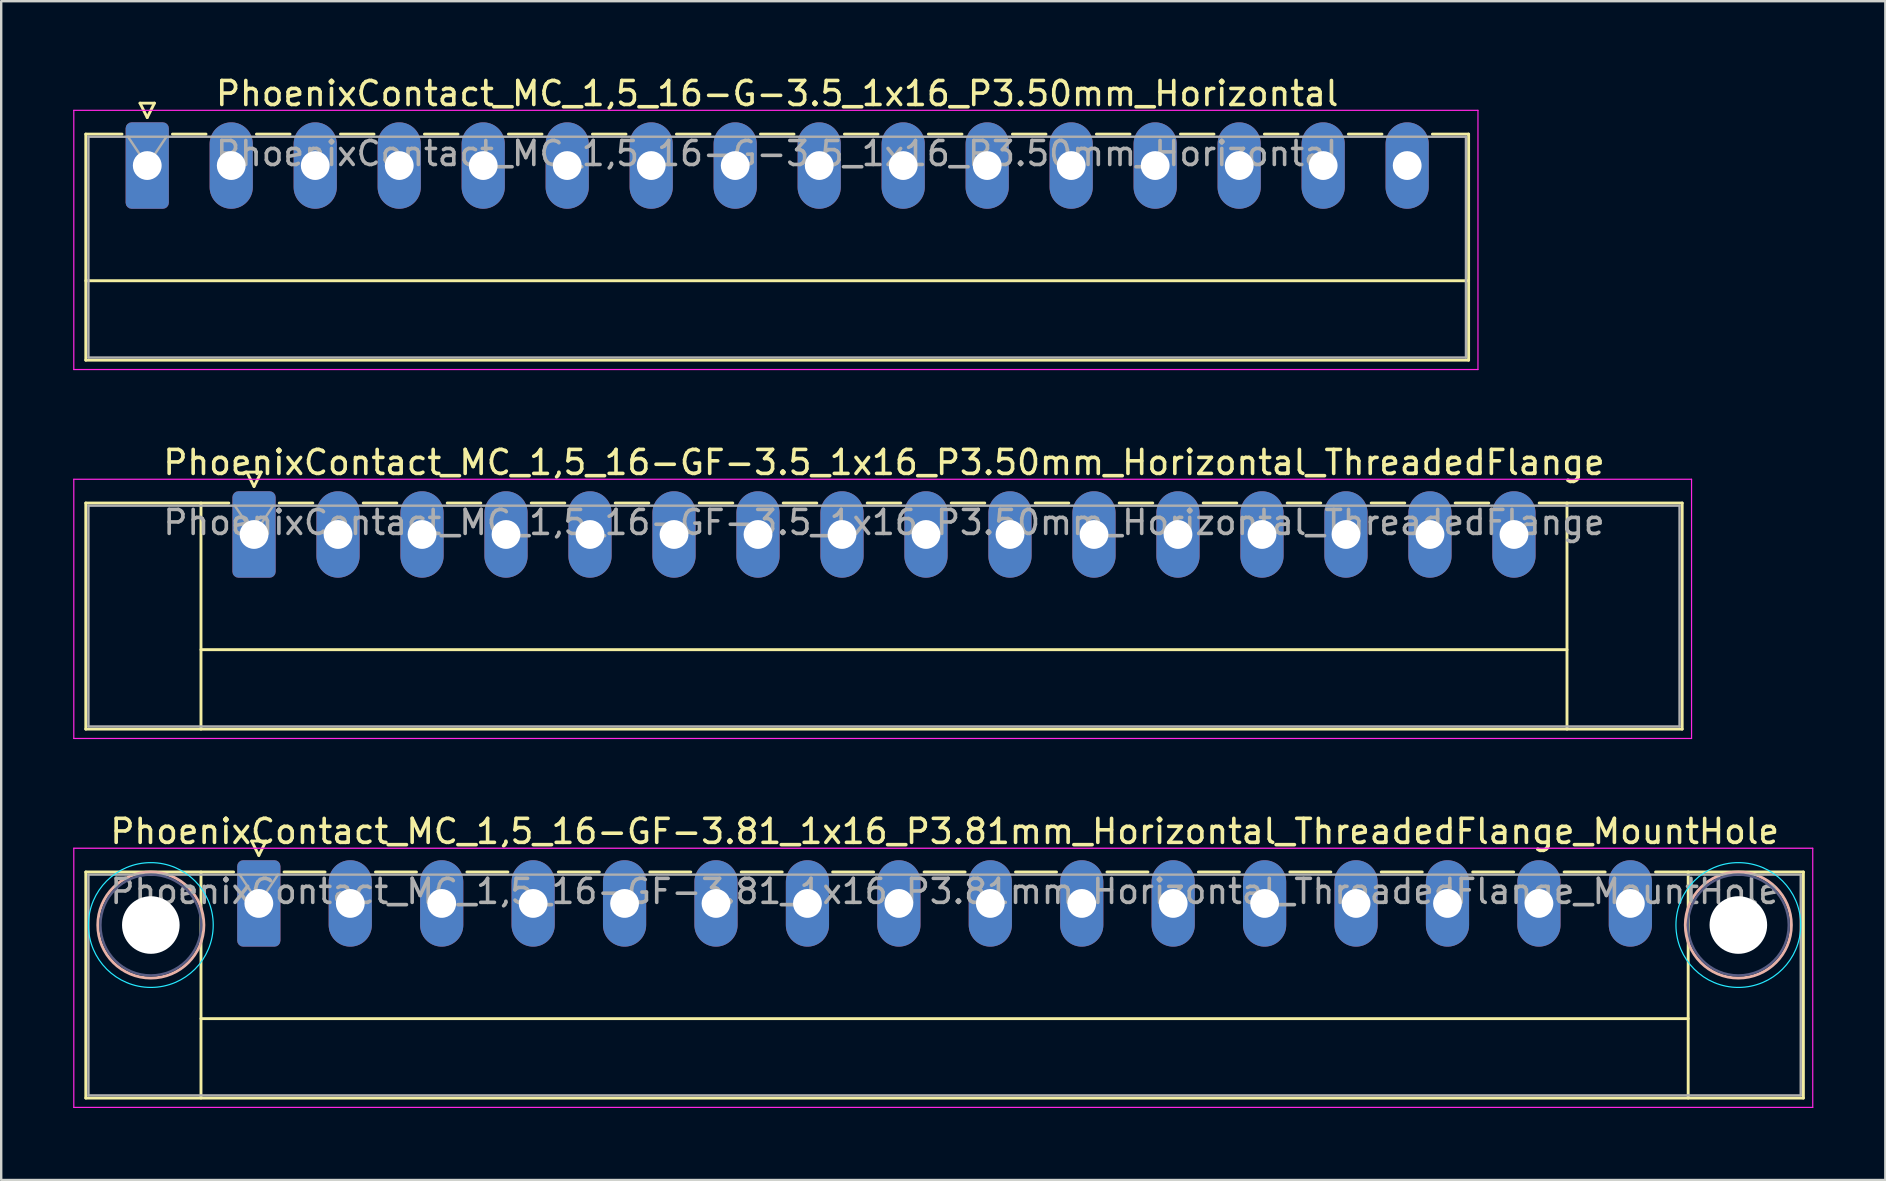
<source format=kicad_pcb>
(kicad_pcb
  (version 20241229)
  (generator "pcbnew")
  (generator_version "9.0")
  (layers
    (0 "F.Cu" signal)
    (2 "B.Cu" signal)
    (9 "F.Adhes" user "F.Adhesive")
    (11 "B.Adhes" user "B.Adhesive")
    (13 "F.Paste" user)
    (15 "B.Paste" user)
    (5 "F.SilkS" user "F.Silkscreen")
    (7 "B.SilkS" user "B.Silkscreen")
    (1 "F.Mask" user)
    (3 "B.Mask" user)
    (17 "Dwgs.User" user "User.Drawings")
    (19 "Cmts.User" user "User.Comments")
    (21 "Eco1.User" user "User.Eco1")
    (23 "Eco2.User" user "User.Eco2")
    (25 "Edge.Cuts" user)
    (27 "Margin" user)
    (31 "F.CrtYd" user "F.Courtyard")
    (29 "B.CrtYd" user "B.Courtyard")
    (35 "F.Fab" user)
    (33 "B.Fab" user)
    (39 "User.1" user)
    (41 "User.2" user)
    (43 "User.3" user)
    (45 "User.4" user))
  (footprint "PhoenixContact_MC_1,5_16-GF-3.5_1x16_P3.50mm_Horizontal_ThreadedFlange"
    (layer "F.Cu")
    (at 7.535 19.221)
    (property "Reference" "PhoenixContact_MC_1,5_16-GF-3.5_1x16_P3.50mm_Horizontal_ThreadedFlange" (at 26.25 -3 0) (layer "F.SilkS") (effects (font (size 1 1) (thickness 0.15))))
    (attr through_hole)
    (fp_line (start -7.01 -1.31) (end -7.01 8.11) (stroke (width 0.12) (type solid)) (layer "F.SilkS"))
    (fp_line (start -7.01 -1.31) (end -1.05 -1.31) (stroke (width 0.12) (type solid)) (layer "F.SilkS"))
    (fp_line (start -7.01 8.11) (end 59.51 8.11) (stroke (width 0.12) (type solid)) (layer "F.SilkS"))
    (fp_line (start -2.21 -1.31) (end -2.21 8.11) (stroke (width 0.12) (type solid)) (layer "F.SilkS"))
    (fp_line (start -2.21 4.8) (end 54.71 4.8) (stroke (width 0.12) (type solid)) (layer "F.SilkS"))
    (fp_line (start -0.3 -2.6) (end 0.3 -2.6) (stroke (width 0.12) (type solid)) (layer "F.SilkS"))
    (fp_line (start 0 -2) (end -0.3 -2.6) (stroke (width 0.12) (type solid)) (layer "F.SilkS"))
    (fp_line (start 0.3 -2.6) (end 0 -2) (stroke (width 0.12) (type solid)) (layer "F.SilkS"))
    (fp_line (start 1.05 -1.31) (end 2.45 -1.31) (stroke (width 0.12) (type solid)) (layer "F.SilkS"))
    (fp_line (start 4.55 -1.31) (end 5.95 -1.31) (stroke (width 0.12) (type solid)) (layer "F.SilkS"))
    (fp_line (start 8.05 -1.31) (end 9.45 -1.31) (stroke (width 0.12) (type solid)) (layer "F.SilkS"))
    (fp_line (start 11.55 -1.31) (end 12.95 -1.31) (stroke (width 0.12) (type solid)) (layer "F.SilkS"))
    (fp_line (start 15.05 -1.31) (end 16.45 -1.31) (stroke (width 0.12) (type solid)) (layer "F.SilkS"))
    (fp_line (start 18.55 -1.31) (end 19.95 -1.31) (stroke (width 0.12) (type solid)) (layer "F.SilkS"))
    (fp_line (start 22.05 -1.31) (end 23.45 -1.31) (stroke (width 0.12) (type solid)) (layer "F.SilkS"))
    (fp_line (start 25.55 -1.31) (end 26.95 -1.31) (stroke (width 0.12) (type solid)) (layer "F.SilkS"))
    (fp_line (start 29.05 -1.31) (end 30.45 -1.31) (stroke (width 0.12) (type solid)) (layer "F.SilkS"))
    (fp_line (start 32.55 -1.31) (end 33.95 -1.31) (stroke (width 0.12) (type solid)) (layer "F.SilkS"))
    (fp_line (start 36.05 -1.31) (end 37.45 -1.31) (stroke (width 0.12) (type solid)) (layer "F.SilkS"))
    (fp_line (start 39.55 -1.31) (end 40.95 -1.31) (stroke (width 0.12) (type solid)) (layer "F.SilkS"))
    (fp_line (start 43.05 -1.31) (end 44.45 -1.31) (stroke (width 0.12) (type solid)) (layer "F.SilkS"))
    (fp_line (start 46.55 -1.31) (end 47.95 -1.31) (stroke (width 0.12) (type solid)) (layer "F.SilkS"))
    (fp_line (start 50.05 -1.31) (end 51.45 -1.31) (stroke (width 0.12) (type solid)) (layer "F.SilkS"))
    (fp_line (start 54.71 -1.31) (end 54.71 8.11) (stroke (width 0.12) (type solid)) (layer "F.SilkS"))
    (fp_line (start 59.51 -1.31) (end 53.55 -1.31) (stroke (width 0.12) (type solid)) (layer "F.SilkS"))
    (fp_line (start 59.51 8.11) (end 59.51 -1.31) (stroke (width 0.12) (type solid)) (layer "F.SilkS"))
    (fp_line (start -7.51 -2.3) (end -7.51 8.5) (stroke (width 0.05) (type solid)) (layer "F.CrtYd"))
    (fp_line (start -7.51 8.5) (end 59.9 8.5) (stroke (width 0.05) (type solid)) (layer "F.CrtYd"))
    (fp_line (start 59.9 -2.3) (end -7.51 -2.3) (stroke (width 0.05) (type solid)) (layer "F.CrtYd"))
    (fp_line (start 59.9 8.5) (end 59.9 -2.3) (stroke (width 0.05) (type solid)) (layer "F.CrtYd"))
    (fp_line (start -6.9 -1.2) (end -6.9 8) (stroke (width 0.1) (type solid)) (layer "F.Fab"))
    (fp_line (start -6.9 8) (end 59.4 8) (stroke (width 0.1) (type solid)) (layer "F.Fab"))
    (fp_line (start 0 0) (end -0.8 -1.2) (stroke (width 0.1) (type solid)) (layer "F.Fab"))
    (fp_line (start 0.8 -1.2) (end 0 0) (stroke (width 0.1) (type solid)) (layer "F.Fab"))
    (fp_line (start 59.4 -1.2) (end -6.9 -1.2) (stroke (width 0.1) (type solid)) (layer "F.Fab"))
    (fp_line (start 59.4 8) (end 59.4 -1.2) (stroke (width 0.1) (type solid)) (layer "F.Fab"))
    (fp_text user "${REFERENCE}" (at 26.25 -0.5 0) (layer "F.Fab") (effects (font (size 1 1) (thickness 0.15))))
    (pad "1" thru_hole roundrect (at 0 0) (size 1.8 3.6) (drill 1.2) (layers "*.Cu" "*.Mask") (roundrect_rratio 0.139))
    (pad "2" thru_hole oval (at 3.5 0) (size 1.8 3.6) (drill 1.2) (layers "*.Cu" "*.Mask"))
    (pad "3" thru_hole oval (at 7 0) (size 1.8 3.6) (drill 1.2) (layers "*.Cu" "*.Mask"))
    (pad "4" thru_hole oval (at 10.5 0) (size 1.8 3.6) (drill 1.2) (layers "*.Cu" "*.Mask"))
    (pad "5" thru_hole oval (at 14 0) (size 1.8 3.6) (drill 1.2) (layers "*.Cu" "*.Mask"))
    (pad "6" thru_hole oval (at 17.5 0) (size 1.8 3.6) (drill 1.2) (layers "*.Cu" "*.Mask"))
    (pad "7" thru_hole oval (at 21 0) (size 1.8 3.6) (drill 1.2) (layers "*.Cu" "*.Mask"))
    (pad "8" thru_hole oval (at 24.5 0) (size 1.8 3.6) (drill 1.2) (layers "*.Cu" "*.Mask"))
    (pad "9" thru_hole oval (at 28 0) (size 1.8 3.6) (drill 1.2) (layers "*.Cu" "*.Mask"))
    (pad "10" thru_hole oval (at 31.5 0) (size 1.8 3.6) (drill 1.2) (layers "*.Cu" "*.Mask"))
    (pad "11" thru_hole oval (at 35 0) (size 1.8 3.6) (drill 1.2) (layers "*.Cu" "*.Mask"))
    (pad "12" thru_hole oval (at 38.5 0) (size 1.8 3.6) (drill 1.2) (layers "*.Cu" "*.Mask"))
    (pad "13" thru_hole oval (at 42 0) (size 1.8 3.6) (drill 1.2) (layers "*.Cu" "*.Mask"))
    (pad "14" thru_hole oval (at 45.5 0) (size 1.8 3.6) (drill 1.2) (layers "*.Cu" "*.Mask"))
    (pad "15" thru_hole oval (at 49 0) (size 1.8 3.6) (drill 1.2) (layers "*.Cu" "*.Mask"))
    (pad "16" thru_hole oval (at 52.5 0) (size 1.8 3.6) (drill 1.2) (layers "*.Cu" "*.Mask")))
  (footprint "PhoenixContact_MC_1,5_16-G-3.5_1x16_P3.50mm_Horizontal"
    (layer "F.Cu")
    (at 3.085 3.848)
    (property "Reference" "PhoenixContact_MC_1,5_16-G-3.5_1x16_P3.50mm_Horizontal" (at 26.25 -3 0) (layer "F.SilkS") (effects (font (size 1 1) (thickness 0.15))))
    (attr through_hole)
    (fp_line (start -2.56 -1.31) (end -2.56 8.11) (stroke (width 0.12) (type solid)) (layer "F.SilkS"))
    (fp_line (start -2.56 -1.31) (end -1.05 -1.31) (stroke (width 0.12) (type solid)) (layer "F.SilkS"))
    (fp_line (start -2.56 4.8) (end 55.06 4.8) (stroke (width 0.12) (type solid)) (layer "F.SilkS"))
    (fp_line (start -2.56 8.11) (end 55.06 8.11) (stroke (width 0.12) (type solid)) (layer "F.SilkS"))
    (fp_line (start -0.3 -2.6) (end 0.3 -2.6) (stroke (width 0.12) (type solid)) (layer "F.SilkS"))
    (fp_line (start 0 -2) (end -0.3 -2.6) (stroke (width 0.12) (type solid)) (layer "F.SilkS"))
    (fp_line (start 0.3 -2.6) (end 0 -2) (stroke (width 0.12) (type solid)) (layer "F.SilkS"))
    (fp_line (start 1.05 -1.31) (end 2.45 -1.31) (stroke (width 0.12) (type solid)) (layer "F.SilkS"))
    (fp_line (start 4.55 -1.31) (end 5.95 -1.31) (stroke (width 0.12) (type solid)) (layer "F.SilkS"))
    (fp_line (start 8.05 -1.31) (end 9.45 -1.31) (stroke (width 0.12) (type solid)) (layer "F.SilkS"))
    (fp_line (start 11.55 -1.31) (end 12.95 -1.31) (stroke (width 0.12) (type solid)) (layer "F.SilkS"))
    (fp_line (start 15.05 -1.31) (end 16.45 -1.31) (stroke (width 0.12) (type solid)) (layer "F.SilkS"))
    (fp_line (start 18.55 -1.31) (end 19.95 -1.31) (stroke (width 0.12) (type solid)) (layer "F.SilkS"))
    (fp_line (start 22.05 -1.31) (end 23.45 -1.31) (stroke (width 0.12) (type solid)) (layer "F.SilkS"))
    (fp_line (start 25.55 -1.31) (end 26.95 -1.31) (stroke (width 0.12) (type solid)) (layer "F.SilkS"))
    (fp_line (start 29.05 -1.31) (end 30.45 -1.31) (stroke (width 0.12) (type solid)) (layer "F.SilkS"))
    (fp_line (start 32.55 -1.31) (end 33.95 -1.31) (stroke (width 0.12) (type solid)) (layer "F.SilkS"))
    (fp_line (start 36.05 -1.31) (end 37.45 -1.31) (stroke (width 0.12) (type solid)) (layer "F.SilkS"))
    (fp_line (start 39.55 -1.31) (end 40.95 -1.31) (stroke (width 0.12) (type solid)) (layer "F.SilkS"))
    (fp_line (start 43.05 -1.31) (end 44.45 -1.31) (stroke (width 0.12) (type solid)) (layer "F.SilkS"))
    (fp_line (start 46.55 -1.31) (end 47.95 -1.31) (stroke (width 0.12) (type solid)) (layer "F.SilkS"))
    (fp_line (start 50.05 -1.31) (end 51.45 -1.31) (stroke (width 0.12) (type solid)) (layer "F.SilkS"))
    (fp_line (start 55.06 -1.31) (end 53.55 -1.31) (stroke (width 0.12) (type solid)) (layer "F.SilkS"))
    (fp_line (start 55.06 8.11) (end 55.06 -1.31) (stroke (width 0.12) (type solid)) (layer "F.SilkS"))
    (fp_line (start -3.06 -2.3) (end -3.06 8.5) (stroke (width 0.05) (type solid)) (layer "F.CrtYd"))
    (fp_line (start -3.06 8.5) (end 55.45 8.5) (stroke (width 0.05) (type solid)) (layer "F.CrtYd"))
    (fp_line (start 55.45 -2.3) (end -3.06 -2.3) (stroke (width 0.05) (type solid)) (layer "F.CrtYd"))
    (fp_line (start 55.45 8.5) (end 55.45 -2.3) (stroke (width 0.05) (type solid)) (layer "F.CrtYd"))
    (fp_line (start -2.45 -1.2) (end -2.45 8) (stroke (width 0.1) (type solid)) (layer "F.Fab"))
    (fp_line (start -2.45 8) (end 54.95 8) (stroke (width 0.1) (type solid)) (layer "F.Fab"))
    (fp_line (start 0 0) (end -0.8 -1.2) (stroke (width 0.1) (type solid)) (layer "F.Fab"))
    (fp_line (start 0.8 -1.2) (end 0 0) (stroke (width 0.1) (type solid)) (layer "F.Fab"))
    (fp_line (start 54.95 -1.2) (end -2.45 -1.2) (stroke (width 0.1) (type solid)) (layer "F.Fab"))
    (fp_line (start 54.95 8) (end 54.95 -1.2) (stroke (width 0.1) (type solid)) (layer "F.Fab"))
    (fp_text user "${REFERENCE}" (at 26.25 -0.5 0) (layer "F.Fab") (effects (font (size 1 1) (thickness 0.15))))
    (pad "1" thru_hole roundrect (at 0 0) (size 1.8 3.6) (drill 1.2) (layers "*.Cu" "*.Mask") (roundrect_rratio 0.139))
    (pad "2" thru_hole oval (at 3.5 0) (size 1.8 3.6) (drill 1.2) (layers "*.Cu" "*.Mask"))
    (pad "3" thru_hole oval (at 7 0) (size 1.8 3.6) (drill 1.2) (layers "*.Cu" "*.Mask"))
    (pad "4" thru_hole oval (at 10.5 0) (size 1.8 3.6) (drill 1.2) (layers "*.Cu" "*.Mask"))
    (pad "5" thru_hole oval (at 14 0) (size 1.8 3.6) (drill 1.2) (layers "*.Cu" "*.Mask"))
    (pad "6" thru_hole oval (at 17.5 0) (size 1.8 3.6) (drill 1.2) (layers "*.Cu" "*.Mask"))
    (pad "7" thru_hole oval (at 21 0) (size 1.8 3.6) (drill 1.2) (layers "*.Cu" "*.Mask"))
    (pad "8" thru_hole oval (at 24.5 0) (size 1.8 3.6) (drill 1.2) (layers "*.Cu" "*.Mask"))
    (pad "9" thru_hole oval (at 28 0) (size 1.8 3.6) (drill 1.2) (layers "*.Cu" "*.Mask"))
    (pad "10" thru_hole oval (at 31.5 0) (size 1.8 3.6) (drill 1.2) (layers "*.Cu" "*.Mask"))
    (pad "11" thru_hole oval (at 35 0) (size 1.8 3.6) (drill 1.2) (layers "*.Cu" "*.Mask"))
    (pad "12" thru_hole oval (at 38.5 0) (size 1.8 3.6) (drill 1.2) (layers "*.Cu" "*.Mask"))
    (pad "13" thru_hole oval (at 42 0) (size 1.8 3.6) (drill 1.2) (layers "*.Cu" "*.Mask"))
    (pad "14" thru_hole oval (at 45.5 0) (size 1.8 3.6) (drill 1.2) (layers "*.Cu" "*.Mask"))
    (pad "15" thru_hole oval (at 49 0) (size 1.8 3.6) (drill 1.2) (layers "*.Cu" "*.Mask"))
    (pad "16" thru_hole oval (at 52.5 0) (size 1.8 3.6) (drill 1.2) (layers "*.Cu" "*.Mask")))
  (footprint "PhoenixContact_MC_1,5_16-GF-3.81_1x16_P3.81mm_Horizontal_ThreadedFlange_MountHole"
    (layer "F.Cu")
    (at 7.735 34.595)
    (property "Reference" "PhoenixContact_MC_1,5_16-GF-3.81_1x16_P3.81mm_Horizontal_ThreadedFlange_MountHole" (at 28.58 -3 0) (layer "F.SilkS") (effects (font (size 1 1) (thickness 0.15))))
    (attr through_hole)
    (fp_line (start -7.21 -1.31) (end -7.21 8.11) (stroke (width 0.12) (type solid)) (layer "F.SilkS"))
    (fp_line (start -7.21 -1.31) (end -1.05 -1.31) (stroke (width 0.12) (type solid)) (layer "F.SilkS"))
    (fp_line (start -7.21 8.11) (end 64.36 8.11) (stroke (width 0.12) (type solid)) (layer "F.SilkS"))
    (fp_line (start -2.41 -1.31) (end -2.41 8.11) (stroke (width 0.12) (type solid)) (layer "F.SilkS"))
    (fp_line (start -2.41 4.8) (end 59.56 4.8) (stroke (width 0.12) (type solid)) (layer "F.SilkS"))
    (fp_line (start -0.3 -2.6) (end 0.3 -2.6) (stroke (width 0.12) (type solid)) (layer "F.SilkS"))
    (fp_line (start 0 -2) (end -0.3 -2.6) (stroke (width 0.12) (type solid)) (layer "F.SilkS"))
    (fp_line (start 0.3 -2.6) (end 0 -2) (stroke (width 0.12) (type solid)) (layer "F.SilkS"))
    (fp_line (start 1.05 -1.31) (end 2.76 -1.31) (stroke (width 0.12) (type solid)) (layer "F.SilkS"))
    (fp_line (start 4.86 -1.31) (end 6.57 -1.31) (stroke (width 0.12) (type solid)) (layer "F.SilkS"))
    (fp_line (start 8.67 -1.31) (end 10.38 -1.31) (stroke (width 0.12) (type solid)) (layer "F.SilkS"))
    (fp_line (start 12.48 -1.31) (end 14.19 -1.31) (stroke (width 0.12) (type solid)) (layer "F.SilkS"))
    (fp_line (start 16.29 -1.31) (end 18 -1.31) (stroke (width 0.12) (type solid)) (layer "F.SilkS"))
    (fp_line (start 20.1 -1.31) (end 21.81 -1.31) (stroke (width 0.12) (type solid)) (layer "F.SilkS"))
    (fp_line (start 23.91 -1.31) (end 25.62 -1.31) (stroke (width 0.12) (type solid)) (layer "F.SilkS"))
    (fp_line (start 27.72 -1.31) (end 29.43 -1.31) (stroke (width 0.12) (type solid)) (layer "F.SilkS"))
    (fp_line (start 31.53 -1.31) (end 33.24 -1.31) (stroke (width 0.12) (type solid)) (layer "F.SilkS"))
    (fp_line (start 35.34 -1.31) (end 37.05 -1.31) (stroke (width 0.12) (type solid)) (layer "F.SilkS"))
    (fp_line (start 39.15 -1.31) (end 40.86 -1.31) (stroke (width 0.12) (type solid)) (layer "F.SilkS"))
    (fp_line (start 42.96 -1.31) (end 44.67 -1.31) (stroke (width 0.12) (type solid)) (layer "F.SilkS"))
    (fp_line (start 46.77 -1.31) (end 48.48 -1.31) (stroke (width 0.12) (type solid)) (layer "F.SilkS"))
    (fp_line (start 50.58 -1.31) (end 52.29 -1.31) (stroke (width 0.12) (type solid)) (layer "F.SilkS"))
    (fp_line (start 54.39 -1.31) (end 56.1 -1.31) (stroke (width 0.12) (type solid)) (layer "F.SilkS"))
    (fp_line (start 59.56 -1.31) (end 59.56 8.11) (stroke (width 0.12) (type solid)) (layer "F.SilkS"))
    (fp_line (start 64.36 -1.31) (end 58.2 -1.31) (stroke (width 0.12) (type solid)) (layer "F.SilkS"))
    (fp_line (start 64.36 8.11) (end 64.36 -1.31) (stroke (width 0.12) (type solid)) (layer "F.SilkS"))
    (fp_circle (center -4.5 0.9) (end -2.29 0.9) (stroke (width 0.12) (type solid)) (fill no) (layer "B.SilkS"))
    (fp_circle (center 61.65 0.9) (end 63.86 0.9) (stroke (width 0.12) (type solid)) (fill no) (layer "B.SilkS"))
    (fp_circle (center -4.5 0.9) (end -1.9 0.9) (stroke (width 0.05) (type solid)) (fill no) (layer "B.CrtYd"))
    (fp_circle (center 61.65 0.9) (end 64.25 0.9) (stroke (width 0.05) (type solid)) (fill no) (layer "B.CrtYd"))
    (fp_line (start -7.71 -2.3) (end -7.71 8.5) (stroke (width 0.05) (type solid)) (layer "F.CrtYd"))
    (fp_line (start -7.71 8.5) (end 64.75 8.5) (stroke (width 0.05) (type solid)) (layer "F.CrtYd"))
    (fp_line (start 64.75 -2.3) (end -7.71 -2.3) (stroke (width 0.05) (type solid)) (layer "F.CrtYd"))
    (fp_line (start 64.75 8.5) (end 64.75 -2.3) (stroke (width 0.05) (type solid)) (layer "F.CrtYd"))
    (fp_circle (center -4.5 0.9) (end -2.4 0.9) (stroke (width 0.1) (type solid)) (fill no) (layer "B.Fab"))
    (fp_circle (center 61.65 0.9) (end 63.75 0.9) (stroke (width 0.1) (type solid)) (fill no) (layer "B.Fab"))
    (fp_line (start -7.1 -1.2) (end -7.1 8) (stroke (width 0.1) (type solid)) (layer "F.Fab"))
    (fp_line (start -7.1 8) (end 64.25 8) (stroke (width 0.1) (type solid)) (layer "F.Fab"))
    (fp_line (start 0 0) (end -0.8 -1.2) (stroke (width 0.1) (type solid)) (layer "F.Fab"))
    (fp_line (start 0.8 -1.2) (end 0 0) (stroke (width 0.1) (type solid)) (layer "F.Fab"))
    (fp_line (start 64.25 -1.2) (end -7.1 -1.2) (stroke (width 0.1) (type solid)) (layer "F.Fab"))
    (fp_line (start 64.25 8) (end 64.25 -1.2) (stroke (width 0.1) (type solid)) (layer "F.Fab"))
    (fp_text user "${REFERENCE}" (at 28.58 -0.5 0) (layer "F.Fab") (effects (font (size 1 1) (thickness 0.15))))
    (pad "" np_thru_hole circle (at -4.5 0.9) (size 2.4 2.4) (drill 2.4) (layers "*.Cu" "*.Mask"))
    (pad "" np_thru_hole circle (at 61.65 0.9) (size 2.4 2.4) (drill 2.4) (layers "*.Cu" "*.Mask"))
    (pad "1" thru_hole roundrect (at 0 0) (size 1.8 3.6) (drill 1.2) (layers "*.Cu" "*.Mask") (roundrect_rratio 0.139))
    (pad "2" thru_hole oval (at 3.81 0) (size 1.8 3.6) (drill 1.2) (layers "*.Cu" "*.Mask"))
    (pad "3" thru_hole oval (at 7.62 0) (size 1.8 3.6) (drill 1.2) (layers "*.Cu" "*.Mask"))
    (pad "4" thru_hole oval (at 11.43 0) (size 1.8 3.6) (drill 1.2) (layers "*.Cu" "*.Mask"))
    (pad "5" thru_hole oval (at 15.24 0) (size 1.8 3.6) (drill 1.2) (layers "*.Cu" "*.Mask"))
    (pad "6" thru_hole oval (at 19.05 0) (size 1.8 3.6) (drill 1.2) (layers "*.Cu" "*.Mask"))
    (pad "7" thru_hole oval (at 22.86 0) (size 1.8 3.6) (drill 1.2) (layers "*.Cu" "*.Mask"))
    (pad "8" thru_hole oval (at 26.67 0) (size 1.8 3.6) (drill 1.2) (layers "*.Cu" "*.Mask"))
    (pad "9" thru_hole oval (at 30.48 0) (size 1.8 3.6) (drill 1.2) (layers "*.Cu" "*.Mask"))
    (pad "10" thru_hole oval (at 34.29 0) (size 1.8 3.6) (drill 1.2) (layers "*.Cu" "*.Mask"))
    (pad "11" thru_hole oval (at 38.1 0) (size 1.8 3.6) (drill 1.2) (layers "*.Cu" "*.Mask"))
    (pad "12" thru_hole oval (at 41.91 0) (size 1.8 3.6) (drill 1.2) (layers "*.Cu" "*.Mask"))
    (pad "13" thru_hole oval (at 45.72 0) (size 1.8 3.6) (drill 1.2) (layers "*.Cu" "*.Mask"))
    (pad "14" thru_hole oval (at 49.53 0) (size 1.8 3.6) (drill 1.2) (layers "*.Cu" "*.Mask"))
    (pad "15" thru_hole oval (at 53.34 0) (size 1.8 3.6) (drill 1.2) (layers "*.Cu" "*.Mask"))
    (pad "16" thru_hole oval (at 57.15 0) (size 1.8 3.6) (drill 1.2) (layers "*.Cu" "*.Mask")))
  (gr_rect
    (start -3 -3)
    (end 75.51 46.12)
    (stroke (width 0.1) (type default))
    (fill no)
    (layer "Edge.Cuts")))
</source>
